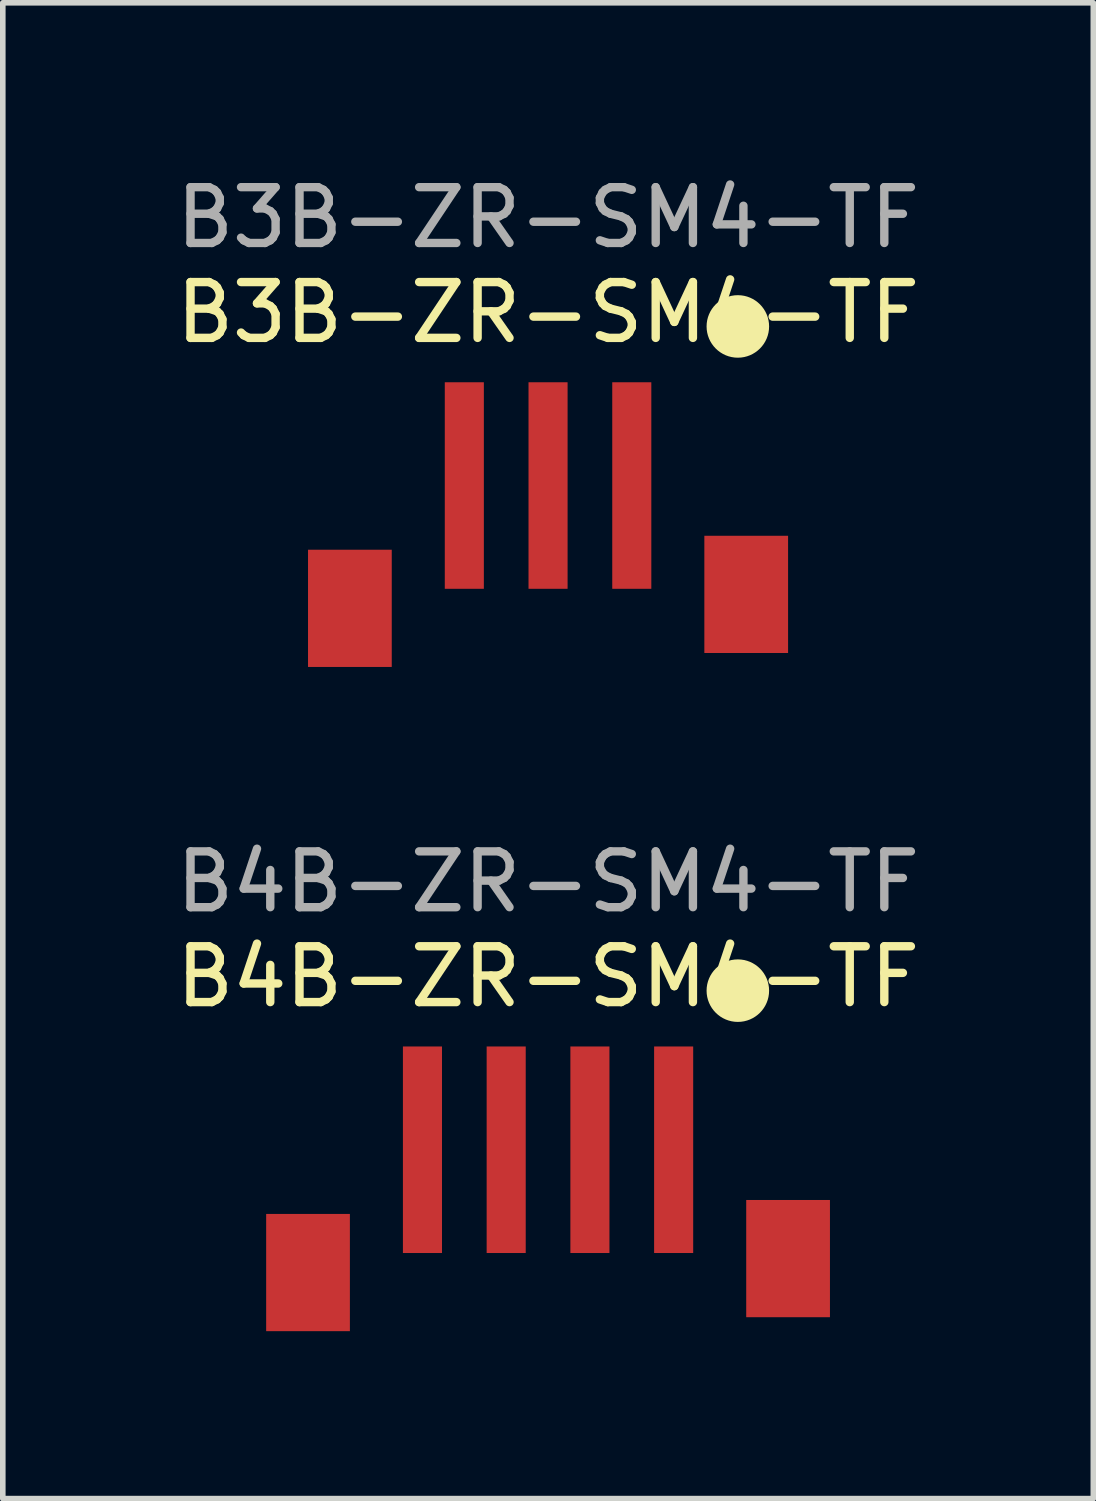
<source format=kicad_pcb>
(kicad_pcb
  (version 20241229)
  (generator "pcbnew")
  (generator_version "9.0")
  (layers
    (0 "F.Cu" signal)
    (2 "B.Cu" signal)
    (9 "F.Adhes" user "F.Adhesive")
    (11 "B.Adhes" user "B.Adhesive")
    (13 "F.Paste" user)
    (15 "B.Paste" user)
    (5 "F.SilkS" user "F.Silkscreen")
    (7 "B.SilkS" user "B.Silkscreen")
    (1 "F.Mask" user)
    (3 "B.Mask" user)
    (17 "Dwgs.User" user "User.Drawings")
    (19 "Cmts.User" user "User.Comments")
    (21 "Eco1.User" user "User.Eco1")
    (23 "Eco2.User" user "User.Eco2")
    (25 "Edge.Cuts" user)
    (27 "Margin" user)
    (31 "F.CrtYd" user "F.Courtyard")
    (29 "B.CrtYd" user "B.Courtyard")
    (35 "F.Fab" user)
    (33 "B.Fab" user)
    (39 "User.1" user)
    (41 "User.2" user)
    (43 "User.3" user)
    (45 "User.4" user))
  (footprint "B3B-ZR-SM4-TF"
    (layer "F.Cu")
    (at 6.768 5.648)
    (property "Reference" "B3B-ZR-SM4-TF" (at 0 -3.1 0) (unlocked yes) (layer "F.SilkS") (effects (font (size 1 1) (thickness 0.15))))
    (attr smd)
    (fp_circle (center 3.4 -2.85) (end 3.9 -2.85) (stroke (width 0.12) (type solid)) (fill yes) (layer "F.SilkS"))
    (fp_text user "${REFERENCE}" (at 0 -4.8 0) (unlocked yes) (layer "F.Fab") (effects (font (size 1 1) (thickness 0.15))))
    (pad "1" smd rect (at 1.5 0) (size 0.7 3.7) (layers "F.Cu" "F.Mask" "F.Paste"))
    (pad "2" smd rect (at 0 0) (size 0.7 3.7) (layers "F.Cu" "F.Mask" "F.Paste"))
    (pad "3" smd rect (at -1.5 0) (size 0.7 3.7) (layers "F.Cu" "F.Mask" "F.Paste"))
    (pad "SHIELD" smd rect (at -3.55 2.2) (size 1.5 2.1) (layers "F.Cu" "F.Mask" "F.Paste"))
    (pad "SHIELD" smd rect (at 3.55 1.95) (size 1.5 2.1) (layers "F.Cu" "F.Mask" "F.Paste")))
  (footprint "B4B-ZR-SM4-TF"
    (layer "F.Cu")
    (at 6.768 17.547)
    (property "Reference" "B4B-ZR-SM4-TF" (at 0 -3.1 0) (unlocked yes) (layer "F.SilkS") (effects (font (size 1 1) (thickness 0.15))))
    (attr smd)
    (fp_circle (center 3.4 -2.85) (end 3.9 -2.85) (stroke (width 0.12) (type solid)) (fill yes) (layer "F.SilkS"))
    (fp_text user "${REFERENCE}" (at 0 -4.8 0) (unlocked yes) (layer "F.Fab") (effects (font (size 1 1) (thickness 0.15))))
    (pad "1" smd rect (at 2.25 0) (size 0.7 3.7) (layers "F.Cu" "F.Mask" "F.Paste"))
    (pad "2" smd rect (at 0.75 0) (size 0.7 3.7) (layers "F.Cu" "F.Mask" "F.Paste"))
    (pad "3" smd rect (at -0.75 0) (size 0.7 3.7) (layers "F.Cu" "F.Mask" "F.Paste"))
    (pad "4" smd rect (at -2.25 0) (size 0.7 3.7) (layers "F.Cu" "F.Mask" "F.Paste"))
    (pad "SHIELD" smd rect (at -4.3 2.2) (size 1.5 2.1) (layers "F.Cu" "F.Mask" "F.Paste"))
    (pad "SHIELD" smd rect (at 4.3 1.95) (size 1.5 2.1) (layers "F.Cu" "F.Mask" "F.Paste")))
  (gr_rect
    (start -3 -3)
    (end 16.536 23.797)
    (stroke (width 0.1) (type default))
    (fill no)
    (layer "Edge.Cuts")))
</source>
